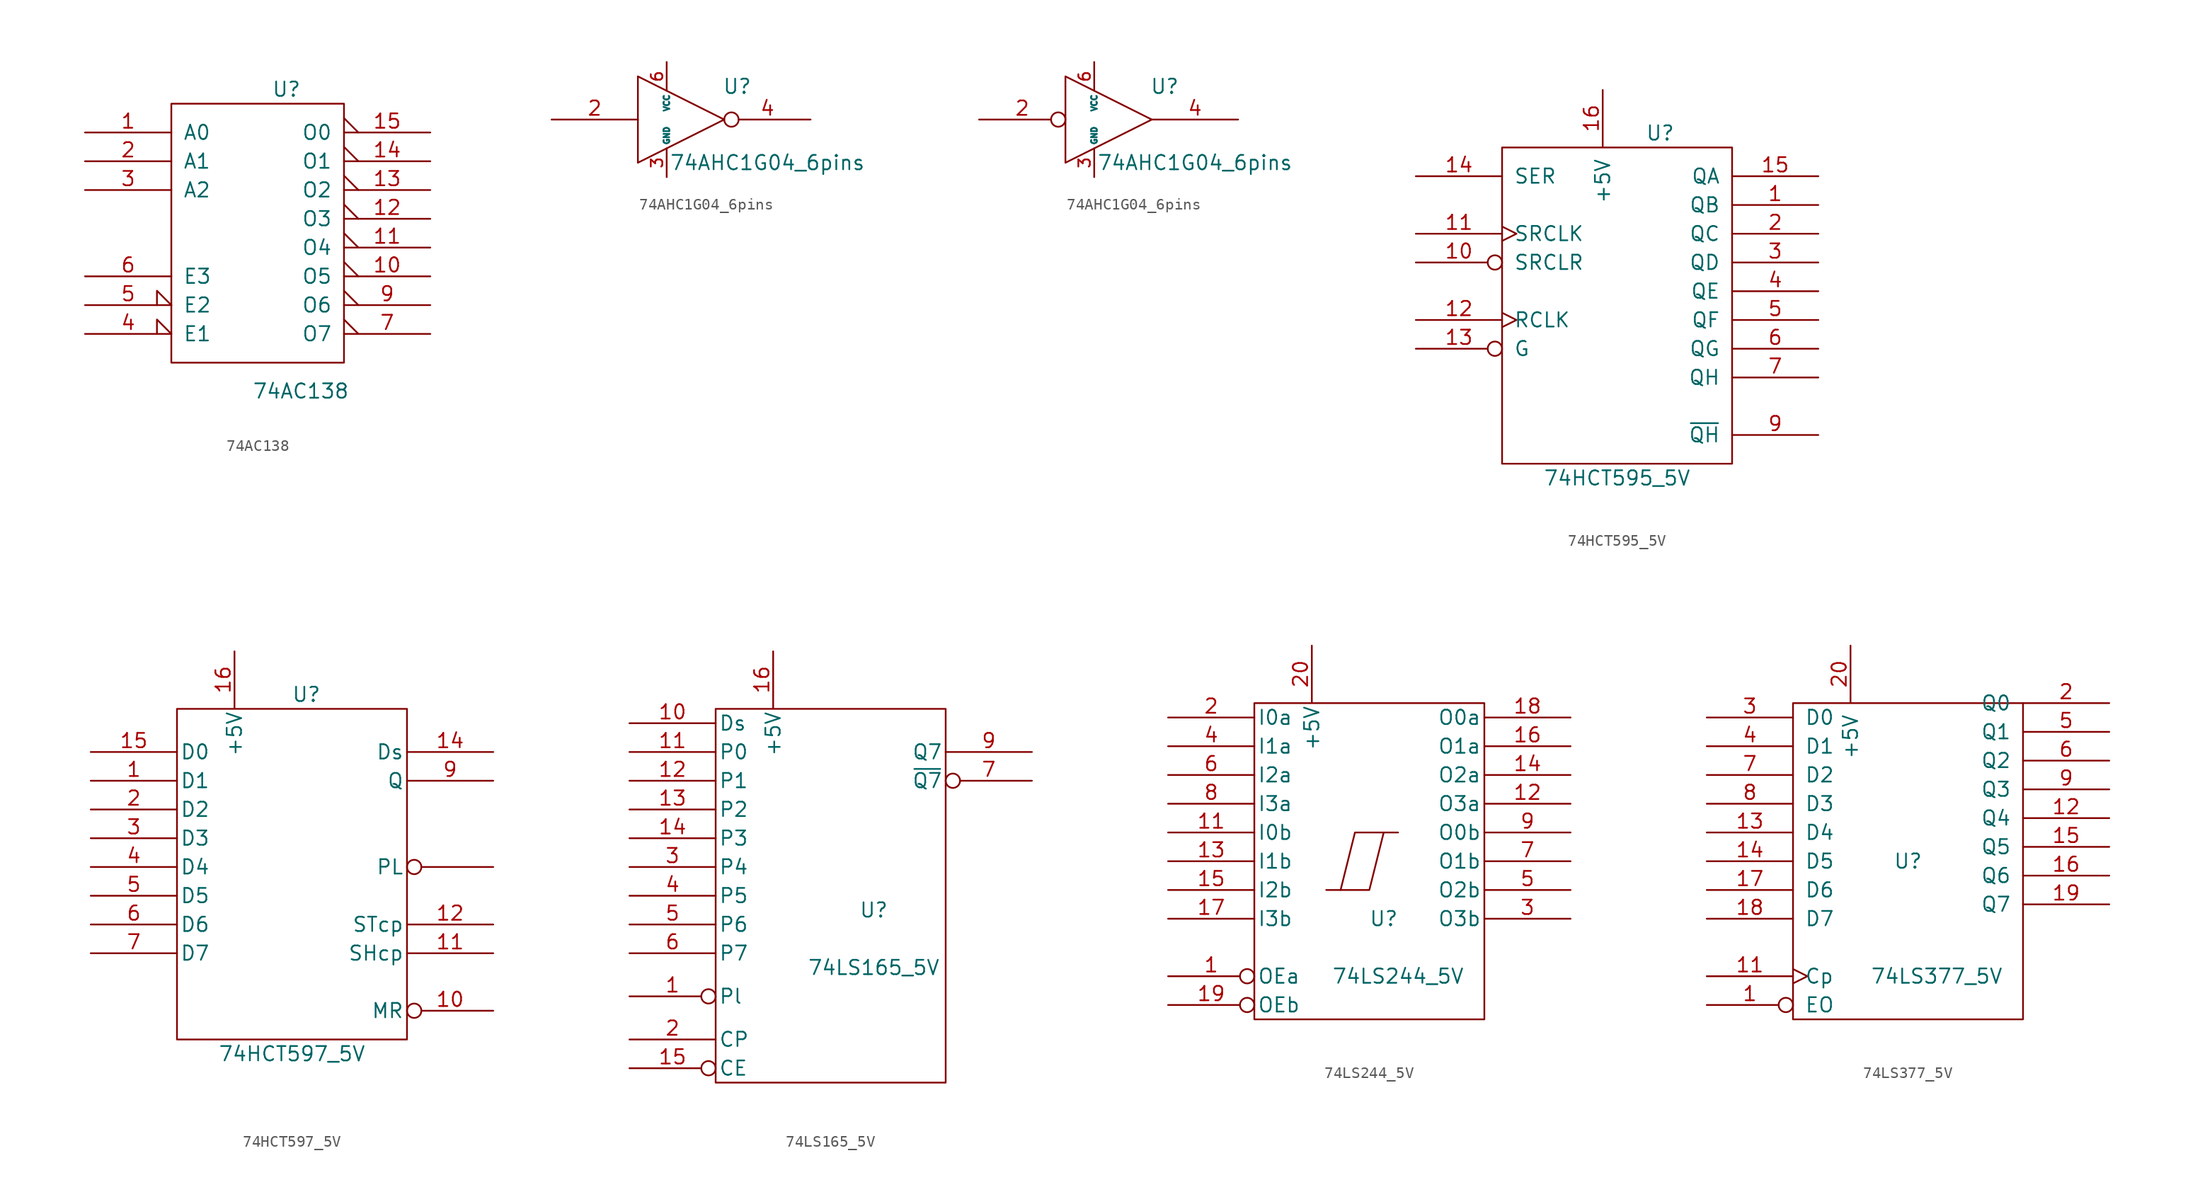
<source format=kicad_sym>
(kicad_symbol_lib
  (version 20231120)
  (generator "kicad_symbol_editor")
  (generator_version "8.0")
  (symbol "74AC138"
    (pin_names
      (offset 1.016))
    (property "Reference" "U"
      (at 2.54 12.7 0)
      (effects (font (size 1.27 1.27))))
    (property "Value" "74AC138"
      (at 3.81 -13.945 0)
      (effects (font (size 1.27 1.27))))
    (symbol "74AC138_0_1"
      (rectangle (start -7.62 11.43) (end 7.62 -11.43) (stroke (width 0) (type solid)) (fill (type none))))
    (symbol "74AC138_1_1"
      (pin input line (at -15.24 8.89 0) (length 7.62) (name "A0" (effects (font (size 1.27 1.27)))) (number "1" (effects (font (size 1.27 1.27)))))
      (pin output output_low (at 15.24 -3.81 180) (length 7.62) (name "O5" (effects (font (size 1.27 1.27)))) (number "10" (effects (font (size 1.27 1.27)))))
      (pin output output_low (at 15.24 -1.27 180) (length 7.62) (name "O4" (effects (font (size 1.27 1.27)))) (number "11" (effects (font (size 1.27 1.27)))))
      (pin output output_low (at 15.24 1.27 180) (length 7.62) (name "O3" (effects (font (size 1.27 1.27)))) (number "12" (effects (font (size 1.27 1.27)))))
      (pin output output_low (at 15.24 3.81 180) (length 7.62) (name "O2" (effects (font (size 1.27 1.27)))) (number "13" (effects (font (size 1.27 1.27)))))
      (pin output output_low (at 15.24 6.35 180) (length 7.62) (name "O1" (effects (font (size 1.27 1.27)))) (number "14" (effects (font (size 1.27 1.27)))))
      (pin output output_low (at 15.24 8.89 180) (length 7.62) (name "O0" (effects (font (size 1.27 1.27)))) (number "15" (effects (font (size 1.27 1.27)))))
      (pin power_in line (at 0 11.43 270) (length 0) hide (name "VCC" (effects (font (size 1.27 1.27)))) (number "16" (effects (font (size 1.27 1.27)))))
      (pin input line (at -15.24 6.35 0) (length 7.62) (name "A1" (effects (font (size 1.27 1.27)))) (number "2" (effects (font (size 1.27 1.27)))))
      (pin input line (at -15.24 3.81 0) (length 7.62) (name "A2" (effects (font (size 1.27 1.27)))) (number "3" (effects (font (size 1.27 1.27)))))
      (pin input input_low (at -15.24 -8.89 0) (length 7.62) (name "E1" (effects (font (size 1.27 1.27)))) (number "4" (effects (font (size 1.27 1.27)))))
      (pin input input_low (at -15.24 -6.35 0) (length 7.62) (name "E2" (effects (font (size 1.27 1.27)))) (number "5" (effects (font (size 1.27 1.27)))))
      (pin input line (at -15.24 -3.81 0) (length 7.62) (name "E3" (effects (font (size 1.27 1.27)))) (number "6" (effects (font (size 1.27 1.27)))))
      (pin output output_low (at 15.24 -8.89 180) (length 7.62) (name "O7" (effects (font (size 1.27 1.27)))) (number "7" (effects (font (size 1.27 1.27)))))
      (pin power_in line (at 0 -11.43 90) (length 0) hide (name "GND" (effects (font (size 1.27 1.27)))) (number "8" (effects (font (size 1.27 1.27)))))
      (pin output output_low (at 15.24 -6.35 180) (length 7.62) (name "O6" (effects (font (size 1.27 1.27)))) (number "9" (effects (font (size 1.27 1.27)))))))
  (symbol "74AHC1G04_6pins"
    (pin_names
      (offset 0.254))
    (property "Reference" "U"
      (at 4.953 2.921 0)
      (effects (font (size 1.27 1.27))))
    (property "Value" "74AHC1G04_6pins"
      (at 7.62 -3.81 0)
      (effects (font (size 1.27 1.27))))
    (symbol "74AHC1G04_6pins_0_0"
      (polyline (pts (xy -3.81 3.81) (xy -3.81 -3.81) (xy 3.81 0) (xy -3.81 3.81)) (stroke (width 0) (type solid)) (fill (type none)))
      (pin power_in line (at -1.27 -5.08 90) (length 2.54) (name "GND" (effects (font (size 0.508 0.508)))) (number "3" (effects (font (size 1.016 1.016)))))
      (pin power_in line (at -1.27 5.08 270) (length 2.54) (name "VCC" (effects (font (size 0.508 0.508)))) (number "6" (effects (font (size 1.016 1.016))))))
    (symbol "74AHC1G04_6pins_1_1"
      (pin input line (at -11.43 0 0) (length 7.62) (name "~" (effects (font (size 1.27 1.27)))) (number "2" (effects (font (size 1.27 1.27)))))
      (pin output inverted (at 11.43 0 180) (length 7.62) (name "~" (effects (font (size 1.27 1.27)))) (number "4" (effects (font (size 1.27 1.27))))))
    (symbol "74AHC1G04_6pins_1_2"
      (pin input inverted (at -11.43 0 0) (length 7.62) (name "~" (effects (font (size 1.27 1.27)))) (number "2" (effects (font (size 1.27 1.27)))))
      (pin output line (at 11.43 0 180) (length 7.62) (name "~" (effects (font (size 1.27 1.27)))) (number "4" (effects (font (size 1.27 1.27)))))))
  (symbol "74HCT595_5V"
    (pin_names
      (offset 1.016))
    (property "Reference" "U"
      (at 3.81 15.24 0)
      (effects (font (size 1.27 1.27))))
    (property "Value" "74HCT595_5V"
      (at 0 -15.24 0)
      (effects (font (size 1.27 1.27))))
    (symbol "74HCT595_5V_0_1"
      (rectangle (start -10.16 -13.97) (end 10.16 13.97) (stroke (width 0) (type solid)) (fill (type none))))
    (symbol "74HCT595_5V_1_1"
      (pin tri_state line (at 17.78 8.89 180) (length 7.62) (name "QB" (effects (font (size 1.27 1.27)))) (number "1" (effects (font (size 1.27 1.27)))))
      (pin input inverted (at -17.78 3.81 0) (length 7.62) (name "SRCLR" (effects (font (size 1.27 1.27)))) (number "10" (effects (font (size 1.27 1.27)))))
      (pin input clock (at -17.78 6.35 0) (length 7.62) (name "SRCLK" (effects (font (size 1.27 1.27)))) (number "11" (effects (font (size 1.27 1.27)))))
      (pin input clock (at -17.78 -1.27 0) (length 7.62) (name "RCLK" (effects (font (size 1.27 1.27)))) (number "12" (effects (font (size 1.27 1.27)))))
      (pin input inverted (at -17.78 -3.81 0) (length 7.62) (name "G" (effects (font (size 1.27 1.27)))) (number "13" (effects (font (size 1.27 1.27)))))
      (pin input line (at -17.78 11.43 0) (length 7.62) (name "SER" (effects (font (size 1.27 1.27)))) (number "14" (effects (font (size 1.27 1.27)))))
      (pin tri_state line (at 17.78 11.43 180) (length 7.62) (name "QA" (effects (font (size 1.27 1.27)))) (number "15" (effects (font (size 1.27 1.27)))))
      (pin power_in line (at -1.27 19.05 270) (length 5.004) (name "+5V" (effects (font (size 1.27 1.27)))) (number "16" (effects (font (size 1.27 1.27)))))
      (pin tri_state line (at 17.78 6.35 180) (length 7.62) (name "QC" (effects (font (size 1.27 1.27)))) (number "2" (effects (font (size 1.27 1.27)))))
      (pin tri_state line (at 17.78 3.81 180) (length 7.62) (name "QD" (effects (font (size 1.27 1.27)))) (number "3" (effects (font (size 1.27 1.27)))))
      (pin tri_state line (at 17.78 1.27 180) (length 7.62) (name "QE" (effects (font (size 1.27 1.27)))) (number "4" (effects (font (size 1.27 1.27)))))
      (pin tri_state line (at 17.78 -1.27 180) (length 7.62) (name "QF" (effects (font (size 1.27 1.27)))) (number "5" (effects (font (size 1.27 1.27)))))
      (pin tri_state line (at 17.78 -3.81 180) (length 7.62) (name "QG" (effects (font (size 1.27 1.27)))) (number "6" (effects (font (size 1.27 1.27)))))
      (pin tri_state line (at 17.78 -6.35 180) (length 7.62) (name "QH" (effects (font (size 1.27 1.27)))) (number "7" (effects (font (size 1.27 1.27)))))
      (pin power_in line (at -7.62 -13.97 90) (length 0) hide (name "GND" (effects (font (size 1.27 1.27)))) (number "8" (effects (font (size 1.27 1.27)))))
      (pin output line (at 17.78 -11.43 180) (length 7.62) (name "~{QH}" (effects (font (size 1.27 1.27)))) (number "9" (effects (font (size 1.27 1.27)))))))
  (symbol "74HCT597_5V"
    (pin_names
      (offset 0.254))
    (property "Reference" "U"
      (at 1.27 17.78 0)
      (effects (font (size 1.27 1.27))))
    (property "Value" "74HCT597_5V"
      (at 0 -13.97 0)
      (effects (font (size 1.27 1.27))))
    (symbol "74HCT597_5V_0_0"
      (pin power_in line (at -5.08 21.59 270) (length 5.004) (name "+5V" (effects (font (size 1.27 1.27)))) (number "16" (effects (font (size 1.27 1.27)))))
      (pin power_in line (at -7.62 -16.51 90) (length 0) hide (name "GND" (effects (font (size 1.27 1.27)))) (number "8" (effects (font (size 1.27 1.27))))))
    (symbol "74HCT597_5V_0_1"
      (rectangle (start -10.16 16.51) (end 10.16 -12.7) (stroke (width 0) (type solid)) (fill (type none))))
    (symbol "74HCT597_5V_1_1"
      (pin input line (at -17.78 10.16 0) (length 7.62) (name "D1" (effects (font (size 1.27 1.27)))) (number "1" (effects (font (size 1.27 1.27)))))
      (pin input inverted (at 17.78 -10.16 180) (length 7.62) (name "MR" (effects (font (size 1.27 1.27)))) (number "10" (effects (font (size 1.27 1.27)))))
      (pin input line (at 17.78 -5.08 180) (length 7.62) (name "SHcp" (effects (font (size 1.27 1.27)))) (number "11" (effects (font (size 1.27 1.27)))))
      (pin input line (at 17.78 -2.54 180) (length 7.62) (name "STcp" (effects (font (size 1.27 1.27)))) (number "12" (effects (font (size 1.27 1.27)))))
      (pin input line (at 17.78 12.7 180) (length 7.62) (name "Ds" (effects (font (size 1.27 1.27)))) (number "14" (effects (font (size 1.27 1.27)))))
      (pin input line (at -17.78 12.7 0) (length 7.62) (name "D0" (effects (font (size 1.27 1.27)))) (number "15" (effects (font (size 1.27 1.27)))))
      (pin input line (at -17.78 7.62 0) (length 7.62) (name "D2" (effects (font (size 1.27 1.27)))) (number "2" (effects (font (size 1.27 1.27)))))
      (pin input line (at -17.78 5.08 0) (length 7.62) (name "D3" (effects (font (size 1.27 1.27)))) (number "3" (effects (font (size 1.27 1.27)))))
      (pin input line (at -17.78 2.54 0) (length 7.62) (name "D4" (effects (font (size 1.27 1.27)))) (number "4" (effects (font (size 1.27 1.27)))))
      (pin input line (at -17.78 0 0) (length 7.62) (name "D5" (effects (font (size 1.27 1.27)))) (number "5" (effects (font (size 1.27 1.27)))))
      (pin input line (at -17.78 -2.54 0) (length 7.62) (name "D6" (effects (font (size 1.27 1.27)))) (number "6" (effects (font (size 1.27 1.27)))))
      (pin input line (at -17.78 -5.08 0) (length 7.62) (name "D7" (effects (font (size 1.27 1.27)))) (number "7" (effects (font (size 1.27 1.27)))))
      (pin output line (at 17.78 10.16 180) (length 7.62) (name "Q" (effects (font (size 1.27 1.27)))) (number "9" (effects (font (size 1.27 1.27)))))
      (pin input inverted (at 17.78 2.54 180) (length 7.62) (name "PL" (effects (font (size 1.27 1.27)))) (number "~" (effects (font (size 1.27 1.27)))))))
  (symbol "74LS165_5V"
    (pin_names
      (offset 0.254))
    (property "Reference" "U"
      (at 3.81 -1.27 0)
      (effects (font (size 1.27 1.27))))
    (property "Value" "74LS165_5V"
      (at 3.81 -6.35 0)
      (effects (font (size 1.27 1.27))))
    (symbol "74LS165_5V_0_0"
      (pin power_in line (at -5.08 21.59 270) (length 5.004) (name "+5V" (effects (font (size 1.27 1.27)))) (number "16" (effects (font (size 1.27 1.27)))))
      (pin power_in line (at -7.62 -16.51 90) (length 0) hide (name "GND" (effects (font (size 1.27 1.27)))) (number "8" (effects (font (size 1.27 1.27))))))
    (symbol "74LS165_5V_0_1"
      (rectangle (start -10.16 16.51) (end 10.16 -16.51) (stroke (width 0) (type solid)) (fill (type none))))
    (symbol "74LS165_5V_1_1"
      (pin input inverted (at -17.78 -8.89 0) (length 7.62) (name "Pl" (effects (font (size 1.27 1.27)))) (number "1" (effects (font (size 1.27 1.27)))))
      (pin input line (at -17.78 15.24 0) (length 7.62) (name "Ds" (effects (font (size 1.27 1.27)))) (number "10" (effects (font (size 1.27 1.27)))))
      (pin input line (at -17.78 12.7 0) (length 7.62) (name "P0" (effects (font (size 1.27 1.27)))) (number "11" (effects (font (size 1.27 1.27)))))
      (pin input line (at -17.78 10.16 0) (length 7.62) (name "P1" (effects (font (size 1.27 1.27)))) (number "12" (effects (font (size 1.27 1.27)))))
      (pin input line (at -17.78 7.62 0) (length 7.62) (name "P2" (effects (font (size 1.27 1.27)))) (number "13" (effects (font (size 1.27 1.27)))))
      (pin input line (at -17.78 5.08 0) (length 7.62) (name "P3" (effects (font (size 1.27 1.27)))) (number "14" (effects (font (size 1.27 1.27)))))
      (pin input inverted (at -17.78 -15.24 0) (length 7.62) (name "CE" (effects (font (size 1.27 1.27)))) (number "15" (effects (font (size 1.27 1.27)))))
      (pin input line (at -17.78 -12.7 0) (length 7.62) (name "CP" (effects (font (size 1.27 1.27)))) (number "2" (effects (font (size 1.27 1.27)))))
      (pin input line (at -17.78 2.54 0) (length 7.62) (name "P4" (effects (font (size 1.27 1.27)))) (number "3" (effects (font (size 1.27 1.27)))))
      (pin input line (at -17.78 0 0) (length 7.62) (name "P5" (effects (font (size 1.27 1.27)))) (number "4" (effects (font (size 1.27 1.27)))))
      (pin input line (at -17.78 -2.54 0) (length 7.62) (name "P6" (effects (font (size 1.27 1.27)))) (number "5" (effects (font (size 1.27 1.27)))))
      (pin input line (at -17.78 -5.08 0) (length 7.62) (name "P7" (effects (font (size 1.27 1.27)))) (number "6" (effects (font (size 1.27 1.27)))))
      (pin output inverted (at 17.78 10.16 180) (length 7.62) (name "~{Q7}" (effects (font (size 1.27 1.27)))) (number "7" (effects (font (size 1.27 1.27)))))
      (pin output line (at 17.78 12.7 180) (length 7.62) (name "Q7" (effects (font (size 1.27 1.27)))) (number "9" (effects (font (size 1.27 1.27)))))))
  (symbol "74LS244_5V"
    (pin_names
      (offset 0.254))
    (property "Reference" "U"
      (at 1.27 -5.08 0)
      (effects (font (size 1.27 1.27))))
    (property "Value" "74LS244_5V"
      (at 2.54 -10.16 0)
      (effects (font (size 1.27 1.27))))
    (symbol "74LS244_5V_0_0"
      (pin power_in line (at -7.62 -13.97 90) (length 0) hide (name "GND" (effects (font (size 1.27 1.27)))) (number "10" (effects (font (size 1.27 1.27)))))
      (pin power_in line (at -5.08 19.05 270) (length 5.004) (name "+5V" (effects (font (size 1.27 1.27)))) (number "20" (effects (font (size 1.27 1.27))))))
    (symbol "74LS244_5V_0_1"
      (rectangle (start -10.16 13.97) (end 10.16 -13.97) (stroke (width 0) (type solid)) (fill (type none)))
      (polyline (pts (xy 1.27 2.54) (xy 0 -2.54) (xy -2.54 -2.54)) (stroke (width 0) (type solid)) (fill (type none)))
      (polyline (pts (xy 2.54 2.54) (xy -1.27 2.54) (xy -2.54 -2.54) (xy -3.81 -2.54)) (stroke (width 0) (type solid)) (fill (type none))))
    (symbol "74LS244_5V_1_1"
      (pin input inverted (at -17.78 -10.16 0) (length 7.62) (name "OEa" (effects (font (size 1.27 1.27)))) (number "1" (effects (font (size 1.27 1.27)))))
      (pin input line (at -17.78 2.54 0) (length 7.62) (name "I0b" (effects (font (size 1.27 1.27)))) (number "11" (effects (font (size 1.27 1.27)))))
      (pin tri_state line (at 17.78 5.08 180) (length 7.62) (name "O3a" (effects (font (size 1.27 1.27)))) (number "12" (effects (font (size 1.27 1.27)))))
      (pin input line (at -17.78 0 0) (length 7.62) (name "I1b" (effects (font (size 1.27 1.27)))) (number "13" (effects (font (size 1.27 1.27)))))
      (pin tri_state line (at 17.78 7.62 180) (length 7.62) (name "O2a" (effects (font (size 1.27 1.27)))) (number "14" (effects (font (size 1.27 1.27)))))
      (pin input line (at -17.78 -2.54 0) (length 7.62) (name "I2b" (effects (font (size 1.27 1.27)))) (number "15" (effects (font (size 1.27 1.27)))))
      (pin tri_state line (at 17.78 10.16 180) (length 7.62) (name "O1a" (effects (font (size 1.27 1.27)))) (number "16" (effects (font (size 1.27 1.27)))))
      (pin input line (at -17.78 -5.08 0) (length 7.62) (name "I3b" (effects (font (size 1.27 1.27)))) (number "17" (effects (font (size 1.27 1.27)))))
      (pin tri_state line (at 17.78 12.7 180) (length 7.62) (name "O0a" (effects (font (size 1.27 1.27)))) (number "18" (effects (font (size 1.27 1.27)))))
      (pin input inverted (at -17.78 -12.7 0) (length 7.62) (name "OEb" (effects (font (size 1.27 1.27)))) (number "19" (effects (font (size 1.27 1.27)))))
      (pin input line (at -17.78 12.7 0) (length 7.62) (name "I0a" (effects (font (size 1.27 1.27)))) (number "2" (effects (font (size 1.27 1.27)))))
      (pin tri_state line (at 17.78 -5.08 180) (length 7.62) (name "O3b" (effects (font (size 1.27 1.27)))) (number "3" (effects (font (size 1.27 1.27)))))
      (pin input line (at -17.78 10.16 0) (length 7.62) (name "I1a" (effects (font (size 1.27 1.27)))) (number "4" (effects (font (size 1.27 1.27)))))
      (pin tri_state line (at 17.78 -2.54 180) (length 7.62) (name "O2b" (effects (font (size 1.27 1.27)))) (number "5" (effects (font (size 1.27 1.27)))))
      (pin input line (at -17.78 7.62 0) (length 7.62) (name "I2a" (effects (font (size 1.27 1.27)))) (number "6" (effects (font (size 1.27 1.27)))))
      (pin tri_state line (at 17.78 0 180) (length 7.62) (name "O1b" (effects (font (size 1.27 1.27)))) (number "7" (effects (font (size 1.27 1.27)))))
      (pin input line (at -17.78 5.08 0) (length 7.62) (name "I3a" (effects (font (size 1.27 1.27)))) (number "8" (effects (font (size 1.27 1.27)))))
      (pin tri_state line (at 17.78 2.54 180) (length 7.62) (name "O0b" (effects (font (size 1.27 1.27)))) (number "9" (effects (font (size 1.27 1.27)))))))
  (symbol "74LS377_5V"
    (pin_names
      (offset 1.016))
    (property "Reference" "U"
      (at 0 0 0)
      (effects (font (size 1.27 1.27))))
    (property "Value" "74LS377_5V"
      (at 2.54 -10.16 0)
      (effects (font (size 1.27 1.27))))
    (symbol "74LS377_5V_0_0"
      (pin power_in line (at -7.62 -13.97 90) (length 0) hide (name "GND" (effects (font (size 1.27 1.27)))) (number "10" (effects (font (size 1.27 1.27)))))
      (pin power_in line (at -5.08 19.05 270) (length 5.004) (name "+5V" (effects (font (size 1.27 1.27)))) (number "20" (effects (font (size 1.27 1.27))))))
    (symbol "74LS377_5V_0_1"
      (rectangle (start -10.16 13.97) (end 10.16 -13.97) (stroke (width 0) (type solid)) (fill (type none))))
    (symbol "74LS377_5V_1_1"
      (pin input inverted (at -17.78 -12.7 0) (length 7.62) (name "EO" (effects (font (size 1.27 1.27)))) (number "1" (effects (font (size 1.27 1.27)))))
      (pin input clock (at -17.78 -10.16 0) (length 7.62) (name "Cp" (effects (font (size 1.27 1.27)))) (number "11" (effects (font (size 1.27 1.27)))))
      (pin output line (at 17.78 3.81 180) (length 7.62) (name "Q4" (effects (font (size 1.27 1.27)))) (number "12" (effects (font (size 1.27 1.27)))))
      (pin input line (at -17.78 2.54 0) (length 7.62) (name "D4" (effects (font (size 1.27 1.27)))) (number "13" (effects (font (size 1.27 1.27)))))
      (pin input line (at -17.78 0 0) (length 7.62) (name "D5" (effects (font (size 1.27 1.27)))) (number "14" (effects (font (size 1.27 1.27)))))
      (pin output line (at 17.78 1.27 180) (length 7.62) (name "Q5" (effects (font (size 1.27 1.27)))) (number "15" (effects (font (size 1.27 1.27)))))
      (pin output line (at 17.78 -1.27 180) (length 7.62) (name "Q6" (effects (font (size 1.27 1.27)))) (number "16" (effects (font (size 1.27 1.27)))))
      (pin input line (at -17.78 -2.54 0) (length 7.62) (name "D6" (effects (font (size 1.27 1.27)))) (number "17" (effects (font (size 1.27 1.27)))))
      (pin input line (at -17.78 -5.08 0) (length 7.62) (name "D7" (effects (font (size 1.27 1.27)))) (number "18" (effects (font (size 1.27 1.27)))))
      (pin output line (at 17.78 -3.81 180) (length 7.62) (name "Q7" (effects (font (size 1.27 1.27)))) (number "19" (effects (font (size 1.27 1.27)))))
      (pin output line (at 17.78 13.97 180) (length 7.62) (name "Q0" (effects (font (size 1.27 1.27)))) (number "2" (effects (font (size 1.27 1.27)))))
      (pin input line (at -17.78 12.7 0) (length 7.62) (name "D0" (effects (font (size 1.27 1.27)))) (number "3" (effects (font (size 1.27 1.27)))))
      (pin input line (at -17.78 10.16 0) (length 7.62) (name "D1" (effects (font (size 1.27 1.27)))) (number "4" (effects (font (size 1.27 1.27)))))
      (pin output line (at 17.78 11.43 180) (length 7.62) (name "Q1" (effects (font (size 1.27 1.27)))) (number "5" (effects (font (size 1.27 1.27)))))
      (pin output line (at 17.78 8.89 180) (length 7.62) (name "Q2" (effects (font (size 1.27 1.27)))) (number "6" (effects (font (size 1.27 1.27)))))
      (pin input line (at -17.78 7.62 0) (length 7.62) (name "D2" (effects (font (size 1.27 1.27)))) (number "7" (effects (font (size 1.27 1.27)))))
      (pin input line (at -17.78 5.08 0) (length 7.62) (name "D3" (effects (font (size 1.27 1.27)))) (number "8" (effects (font (size 1.27 1.27)))))
      (pin output line (at 17.78 6.35 180) (length 7.62) (name "Q3" (effects (font (size 1.27 1.27)))) (number "9" (effects (font (size 1.27 1.27))))))))
</source>
